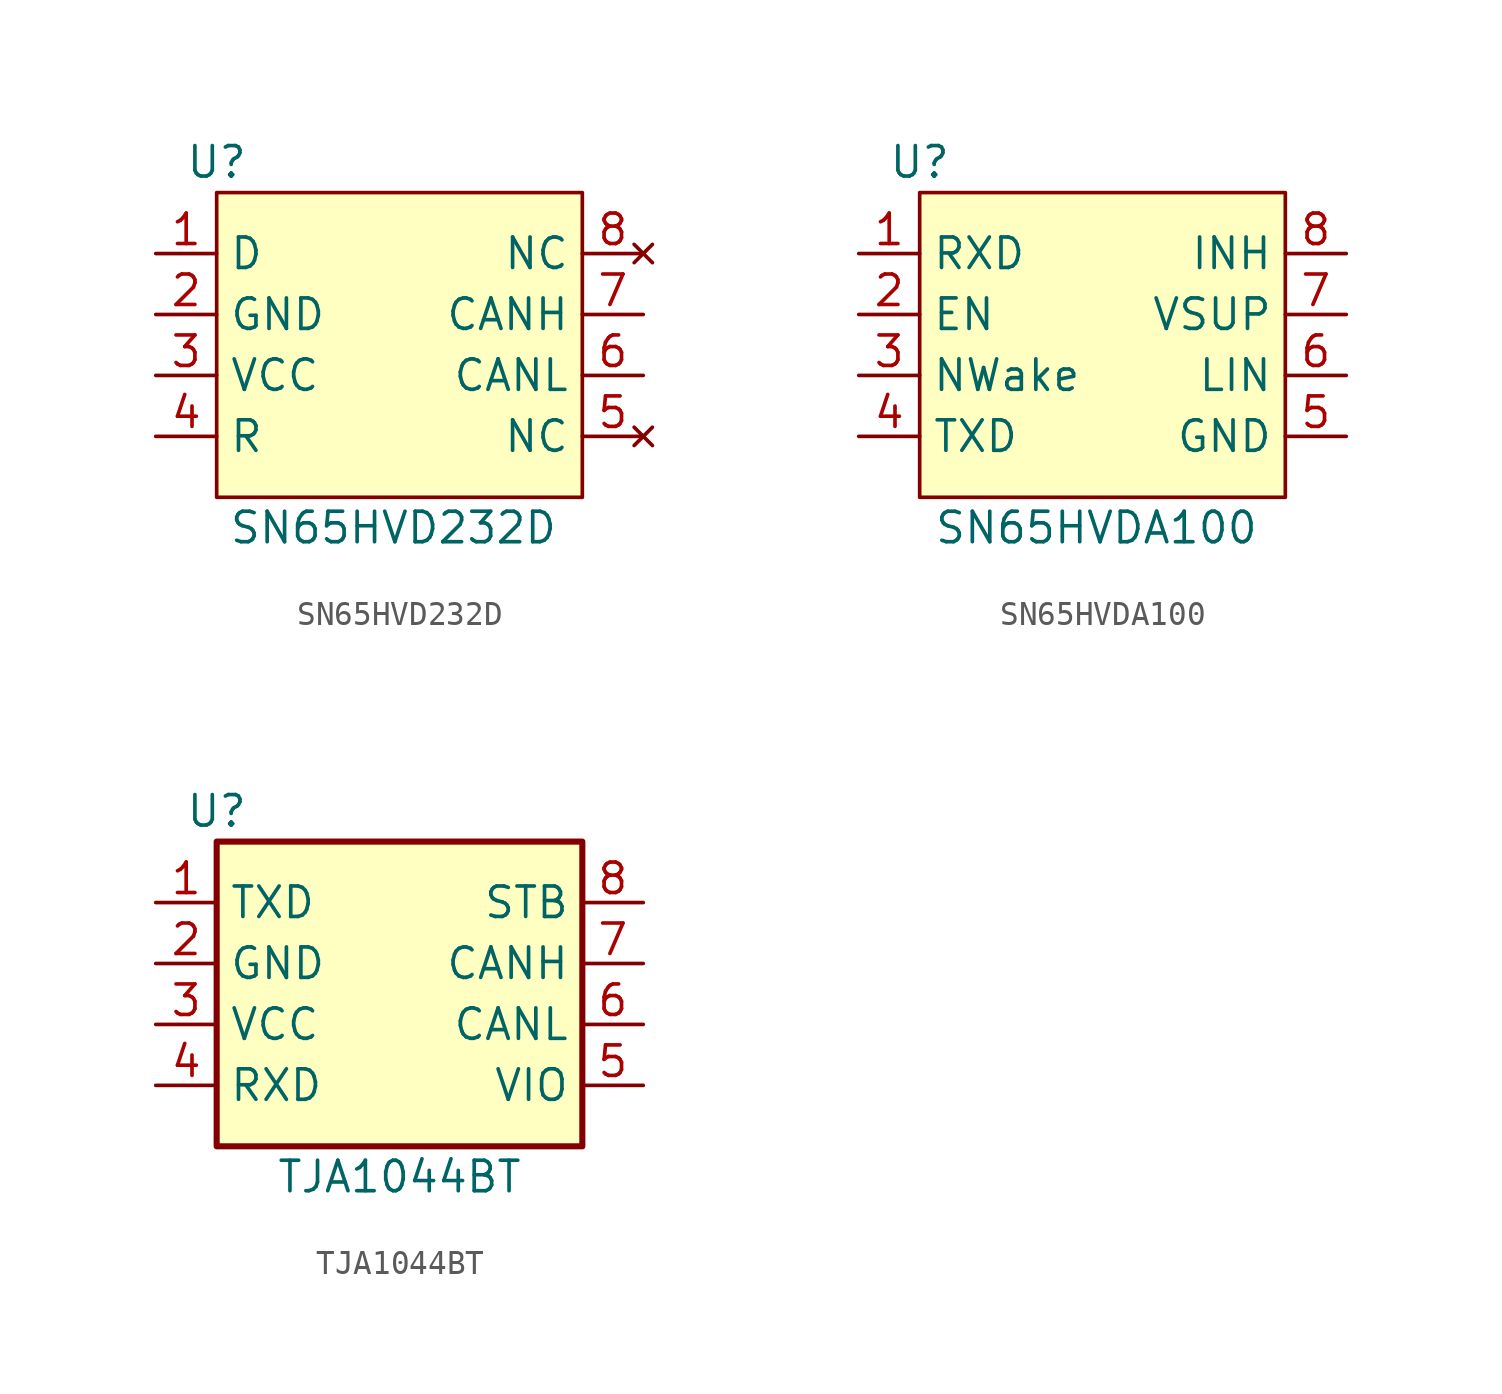
<source format=kicad_sym>
(kicad_symbol_lib
  (version 20231120)
  (generator "kicad_symbol_editor")
  (generator_version "8.0")
  (symbol "SN65HVD232D"
    (property "Reference" "U"
      (at -7.62 7.62 0)
      (effects (font (size 1.27 1.27))))
    (property "Value" "SN65HVD232D"
      (at -0.254 -7.62 0)
      (effects (font (size 1.27 1.27))))
    (symbol "SN65HVD232D_1_1"
      (rectangle (start -7.62 6.35) (end 7.62 -6.35) (stroke (width 0) (type default)) (fill (type background)))
      (pin input line (at -10.16 3.81 0) (length 2.54) (name "D" (effects (font (size 1.27 1.27)))) (number "1" (effects (font (size 1.27 1.27)))))
      (pin power_in line (at -10.16 1.27 0) (length 2.54) (name "GND" (effects (font (size 1.27 1.27)))) (number "2" (effects (font (size 1.27 1.27)))))
      (pin power_in line (at -10.16 -1.27 0) (length 2.54) (name "VCC" (effects (font (size 1.27 1.27)))) (number "3" (effects (font (size 1.27 1.27)))))
      (pin output line (at -10.16 -3.81 0) (length 2.54) (name "R" (effects (font (size 1.27 1.27)))) (number "4" (effects (font (size 1.27 1.27)))))
      (pin no_connect line (at 10.16 -3.81 180) (length 2.54) (name "NC" (effects (font (size 1.27 1.27)))) (number "5" (effects (font (size 1.27 1.27)))))
      (pin bidirectional line (at 10.16 -1.27 180) (length 2.54) (name "CANL" (effects (font (size 1.27 1.27)))) (number "6" (effects (font (size 1.27 1.27)))))
      (pin bidirectional line (at 10.16 1.27 180) (length 2.54) (name "CANH" (effects (font (size 1.27 1.27)))) (number "7" (effects (font (size 1.27 1.27)))))
      (pin no_connect line (at 10.16 3.81 180) (length 2.54) (name "NC" (effects (font (size 1.27 1.27)))) (number "8" (effects (font (size 1.27 1.27)))))))
  (symbol "SN65HVDA100"
    (property "Reference" "U"
      (at -7.62 7.62 0)
      (effects (font (size 1.27 1.27))))
    (property "Value" "SN65HVDA100"
      (at -0.254 -7.62 0)
      (effects (font (size 1.27 1.27))))
    (symbol "SN65HVDA100_1_1"
      (rectangle (start -7.62 6.35) (end 7.62 -6.35) (stroke (width 0) (type default)) (fill (type background)))
      (pin output line (at -10.16 3.81 0) (length 2.54) (name "RXD" (effects (font (size 1.27 1.27)))) (number "1" (effects (font (size 1.27 1.27)))))
      (pin input line (at -10.16 1.27 0) (length 2.54) (name "EN" (effects (font (size 1.27 1.27)))) (number "2" (effects (font (size 1.27 1.27)))))
      (pin input line (at -10.16 -1.27 0) (length 2.54) (name "NWake" (effects (font (size 1.27 1.27)))) (number "3" (effects (font (size 1.27 1.27)))))
      (pin input line (at -10.16 -3.81 0) (length 2.54) (name "TXD" (effects (font (size 1.27 1.27)))) (number "4" (effects (font (size 1.27 1.27)))))
      (pin power_in line (at 10.16 -3.81 180) (length 2.54) (name "GND" (effects (font (size 1.27 1.27)))) (number "5" (effects (font (size 1.27 1.27)))))
      (pin bidirectional line (at 10.16 -1.27 180) (length 2.54) (name "LIN" (effects (font (size 1.27 1.27)))) (number "6" (effects (font (size 1.27 1.27)))))
      (pin power_in line (at 10.16 1.27 180) (length 2.54) (name "VSUP" (effects (font (size 1.27 1.27)))) (number "7" (effects (font (size 1.27 1.27)))))
      (pin output line (at 10.16 3.81 180) (length 2.54) (name "INH" (effects (font (size 1.27 1.27)))) (number "8" (effects (font (size 1.27 1.27)))))))
  (symbol "TJA1044BT"
    (property "Reference" "U"
      (at -7.62 7.62 0)
      (effects (font (size 1.27 1.27))))
    (property "Value" "TJA1044BT"
      (at 0 -7.62 0)
      (effects (font (size 1.27 1.27))))
    (symbol "TJA1044BT_0_1"
      (rectangle (start -7.62 6.35) (end 7.62 -6.35) (stroke (width 0.254) (type default)) (fill (type background))))
    (symbol "TJA1044BT_1_1"
      (pin input line (at -10.16 3.81 0) (length 2.54) (name "TXD" (effects (font (size 1.27 1.27)))) (number "1" (effects (font (size 1.27 1.27)))))
      (pin power_in line (at -10.16 1.27 0) (length 2.54) (name "GND" (effects (font (size 1.27 1.27)))) (number "2" (effects (font (size 1.27 1.27)))))
      (pin power_in line (at -10.16 -1.27 0) (length 2.54) (name "VCC" (effects (font (size 1.27 1.27)))) (number "3" (effects (font (size 1.27 1.27)))))
      (pin output line (at -10.16 -3.81 0) (length 2.54) (name "RXD" (effects (font (size 1.27 1.27)))) (number "4" (effects (font (size 1.27 1.27)))))
      (pin power_in line (at 10.16 -3.81 180) (length 2.54) (name "VIO" (effects (font (size 1.27 1.27)))) (number "5" (effects (font (size 1.27 1.27)))))
      (pin bidirectional line (at 10.16 -1.27 180) (length 2.54) (name "CANL" (effects (font (size 1.27 1.27)))) (number "6" (effects (font (size 1.27 1.27)))))
      (pin bidirectional line (at 10.16 1.27 180) (length 2.54) (name "CANH" (effects (font (size 1.27 1.27)))) (number "7" (effects (font (size 1.27 1.27)))))
      (pin input line (at 10.16 3.81 180) (length 2.54) (name "STB" (effects (font (size 1.27 1.27)))) (number "8" (effects (font (size 1.27 1.27))))))))
</source>
